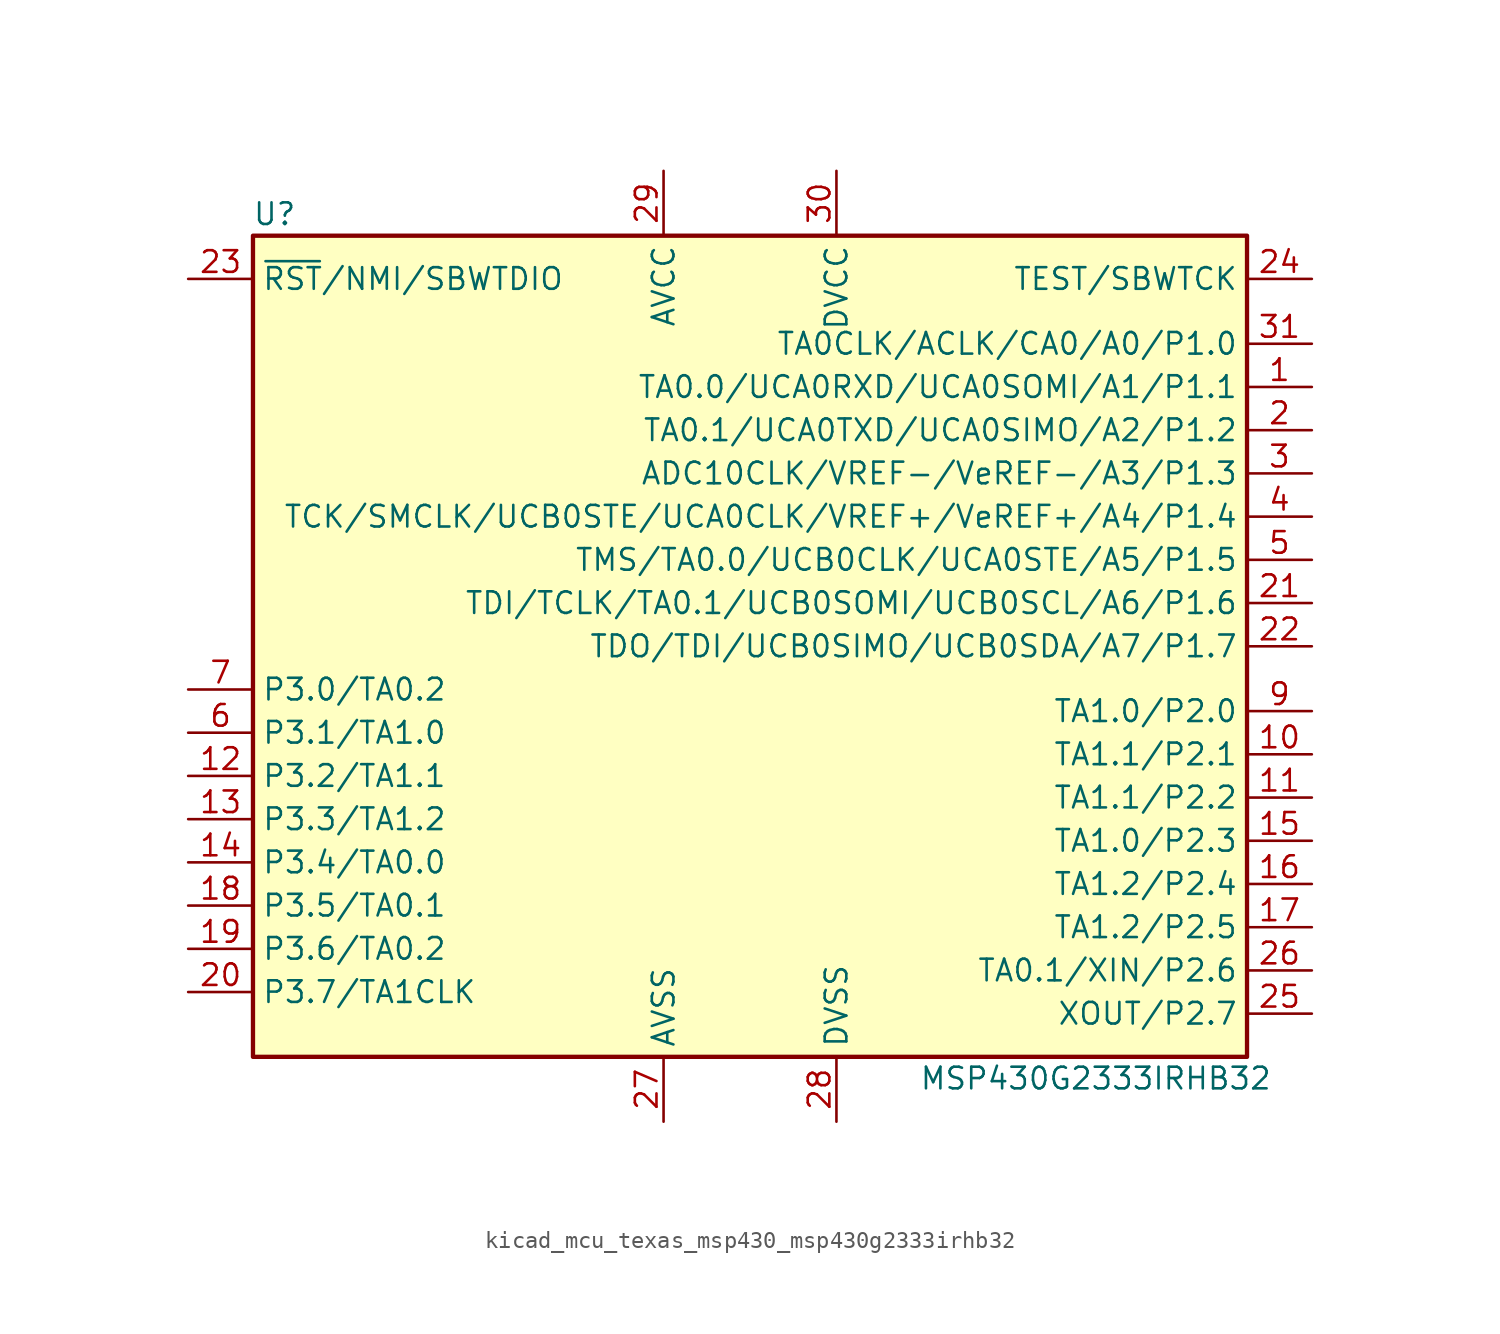
<source format=kicad_sym>
(kicad_symbol_lib
  (version 20220914)
  (generator kicad_symbol_editor)
  (symbol "kicad_mcu_texas_msp430_msp430g2333irhb32"
    (property "Reference" "U"
      (at -27.94 25.4 0)
      (effects (font (size 1.27 1.27))))
    (property "Value" "MSP430G2333IRHB32"
      (at 20.32 -25.4 0)
      (effects (font (size 1.27 1.27))))
    (symbol "kicad_mcu_texas_msp430_msp430g2333irhb32_0_1"
      (rectangle (start -29.21 24.13) (end 29.21 -24.13) (stroke (width 0.254) (type default)) (fill (type background))))
    (symbol "kicad_mcu_texas_msp430_msp430g2333irhb32_1_1"
      (pin bidirectional line (at 33.02 15.24 180) (length 3.81) (name "TA0.0/UCA0RXD/UCA0SOMI/A1/P1.1" (effects (font (size 1.27 1.27)))) (number "1" (effects (font (size 1.27 1.27)))))
      (pin bidirectional line (at 33.02 -6.35 180) (length 3.81) (name "TA1.1/P2.1" (effects (font (size 1.27 1.27)))) (number "10" (effects (font (size 1.27 1.27)))))
      (pin bidirectional line (at 33.02 -8.89 180) (length 3.81) (name "TA1.1/P2.2" (effects (font (size 1.27 1.27)))) (number "11" (effects (font (size 1.27 1.27)))))
      (pin bidirectional line (at -33.02 -7.62 0) (length 3.81) (name "P3.2/TA1.1" (effects (font (size 1.27 1.27)))) (number "12" (effects (font (size 1.27 1.27)))))
      (pin bidirectional line (at -33.02 -10.16 0) (length 3.81) (name "P3.3/TA1.2" (effects (font (size 1.27 1.27)))) (number "13" (effects (font (size 1.27 1.27)))))
      (pin bidirectional line (at -33.02 -12.7 0) (length 3.81) (name "P3.4/TA0.0" (effects (font (size 1.27 1.27)))) (number "14" (effects (font (size 1.27 1.27)))))
      (pin bidirectional line (at 33.02 -11.43 180) (length 3.81) (name "TA1.0/P2.3" (effects (font (size 1.27 1.27)))) (number "15" (effects (font (size 1.27 1.27)))))
      (pin bidirectional line (at 33.02 -13.97 180) (length 3.81) (name "TA1.2/P2.4" (effects (font (size 1.27 1.27)))) (number "16" (effects (font (size 1.27 1.27)))))
      (pin bidirectional line (at 33.02 -16.51 180) (length 3.81) (name "TA1.2/P2.5" (effects (font (size 1.27 1.27)))) (number "17" (effects (font (size 1.27 1.27)))))
      (pin bidirectional line (at -33.02 -15.24 0) (length 3.81) (name "P3.5/TA0.1" (effects (font (size 1.27 1.27)))) (number "18" (effects (font (size 1.27 1.27)))))
      (pin bidirectional line (at -33.02 -17.78 0) (length 3.81) (name "P3.6/TA0.2" (effects (font (size 1.27 1.27)))) (number "19" (effects (font (size 1.27 1.27)))))
      (pin bidirectional line (at 33.02 12.7 180) (length 3.81) (name "TA0.1/UCA0TXD/UCA0SIMO/A2/P1.2" (effects (font (size 1.27 1.27)))) (number "2" (effects (font (size 1.27 1.27)))))
      (pin bidirectional line (at -33.02 -20.32 0) (length 3.81) (name "P3.7/TA1CLK" (effects (font (size 1.27 1.27)))) (number "20" (effects (font (size 1.27 1.27)))))
      (pin bidirectional line (at 33.02 2.54 180) (length 3.81) (name "TDI/TCLK/TA0.1/UCB0SOMI/UCB0SCL/A6/P1.6" (effects (font (size 1.27 1.27)))) (number "21" (effects (font (size 1.27 1.27)))))
      (pin bidirectional line (at 33.02 0 180) (length 3.81) (name "TDO/TDI/UCB0SIMO/UCB0SDA/A7/P1.7" (effects (font (size 1.27 1.27)))) (number "22" (effects (font (size 1.27 1.27)))))
      (pin input line (at -33.02 21.59 0) (length 3.81) (name "~{RST}/NMI/SBWTDIO" (effects (font (size 1.27 1.27)))) (number "23" (effects (font (size 1.27 1.27)))))
      (pin input line (at 33.02 21.59 180) (length 3.81) (name "TEST/SBWTCK" (effects (font (size 1.27 1.27)))) (number "24" (effects (font (size 1.27 1.27)))))
      (pin bidirectional line (at 33.02 -21.59 180) (length 3.81) (name "XOUT/P2.7" (effects (font (size 1.27 1.27)))) (number "25" (effects (font (size 1.27 1.27)))))
      (pin bidirectional line (at 33.02 -19.05 180) (length 3.81) (name "TA0.1/XIN/P2.6" (effects (font (size 1.27 1.27)))) (number "26" (effects (font (size 1.27 1.27)))))
      (pin power_in line (at -5.08 -27.94 90) (length 3.81) (name "AVSS" (effects (font (size 1.27 1.27)))) (number "27" (effects (font (size 1.27 1.27)))))
      (pin power_in line (at 5.08 -27.94 90) (length 3.81) (name "DVSS" (effects (font (size 1.27 1.27)))) (number "28" (effects (font (size 1.27 1.27)))))
      (pin power_in line (at -5.08 27.94 270) (length 3.81) (name "AVCC" (effects (font (size 1.27 1.27)))) (number "29" (effects (font (size 1.27 1.27)))))
      (pin bidirectional line (at 33.02 10.16 180) (length 3.81) (name "ADC10CLK/VREF-/VeREF-/A3/P1.3" (effects (font (size 1.27 1.27)))) (number "3" (effects (font (size 1.27 1.27)))))
      (pin power_in line (at 5.08 27.94 270) (length 3.81) (name "DVCC" (effects (font (size 1.27 1.27)))) (number "30" (effects (font (size 1.27 1.27)))))
      (pin bidirectional line (at 33.02 17.78 180) (length 3.81) (name "TA0CLK/ACLK/CA0/A0/P1.0" (effects (font (size 1.27 1.27)))) (number "31" (effects (font (size 1.27 1.27)))))
      (pin bidirectional line (at 33.02 7.62 180) (length 3.81) (name "TCK/SMCLK/UCB0STE/UCA0CLK/VREF+/VeREF+/A4/P1.4" (effects (font (size 1.27 1.27)))) (number "4" (effects (font (size 1.27 1.27)))))
      (pin bidirectional line (at 33.02 5.08 180) (length 3.81) (name "TMS/TA0.0/UCB0CLK/UCA0STE/A5/P1.5" (effects (font (size 1.27 1.27)))) (number "5" (effects (font (size 1.27 1.27)))))
      (pin bidirectional line (at -33.02 -5.08 0) (length 3.81) (name "P3.1/TA1.0" (effects (font (size 1.27 1.27)))) (number "6" (effects (font (size 1.27 1.27)))))
      (pin bidirectional line (at -33.02 -2.54 0) (length 3.81) (name "P3.0/TA0.2" (effects (font (size 1.27 1.27)))) (number "7" (effects (font (size 1.27 1.27)))))
      (pin bidirectional line (at 33.02 -3.81 180) (length 3.81) (name "TA1.0/P2.0" (effects (font (size 1.27 1.27)))) (number "9" (effects (font (size 1.27 1.27))))))))
</source>
